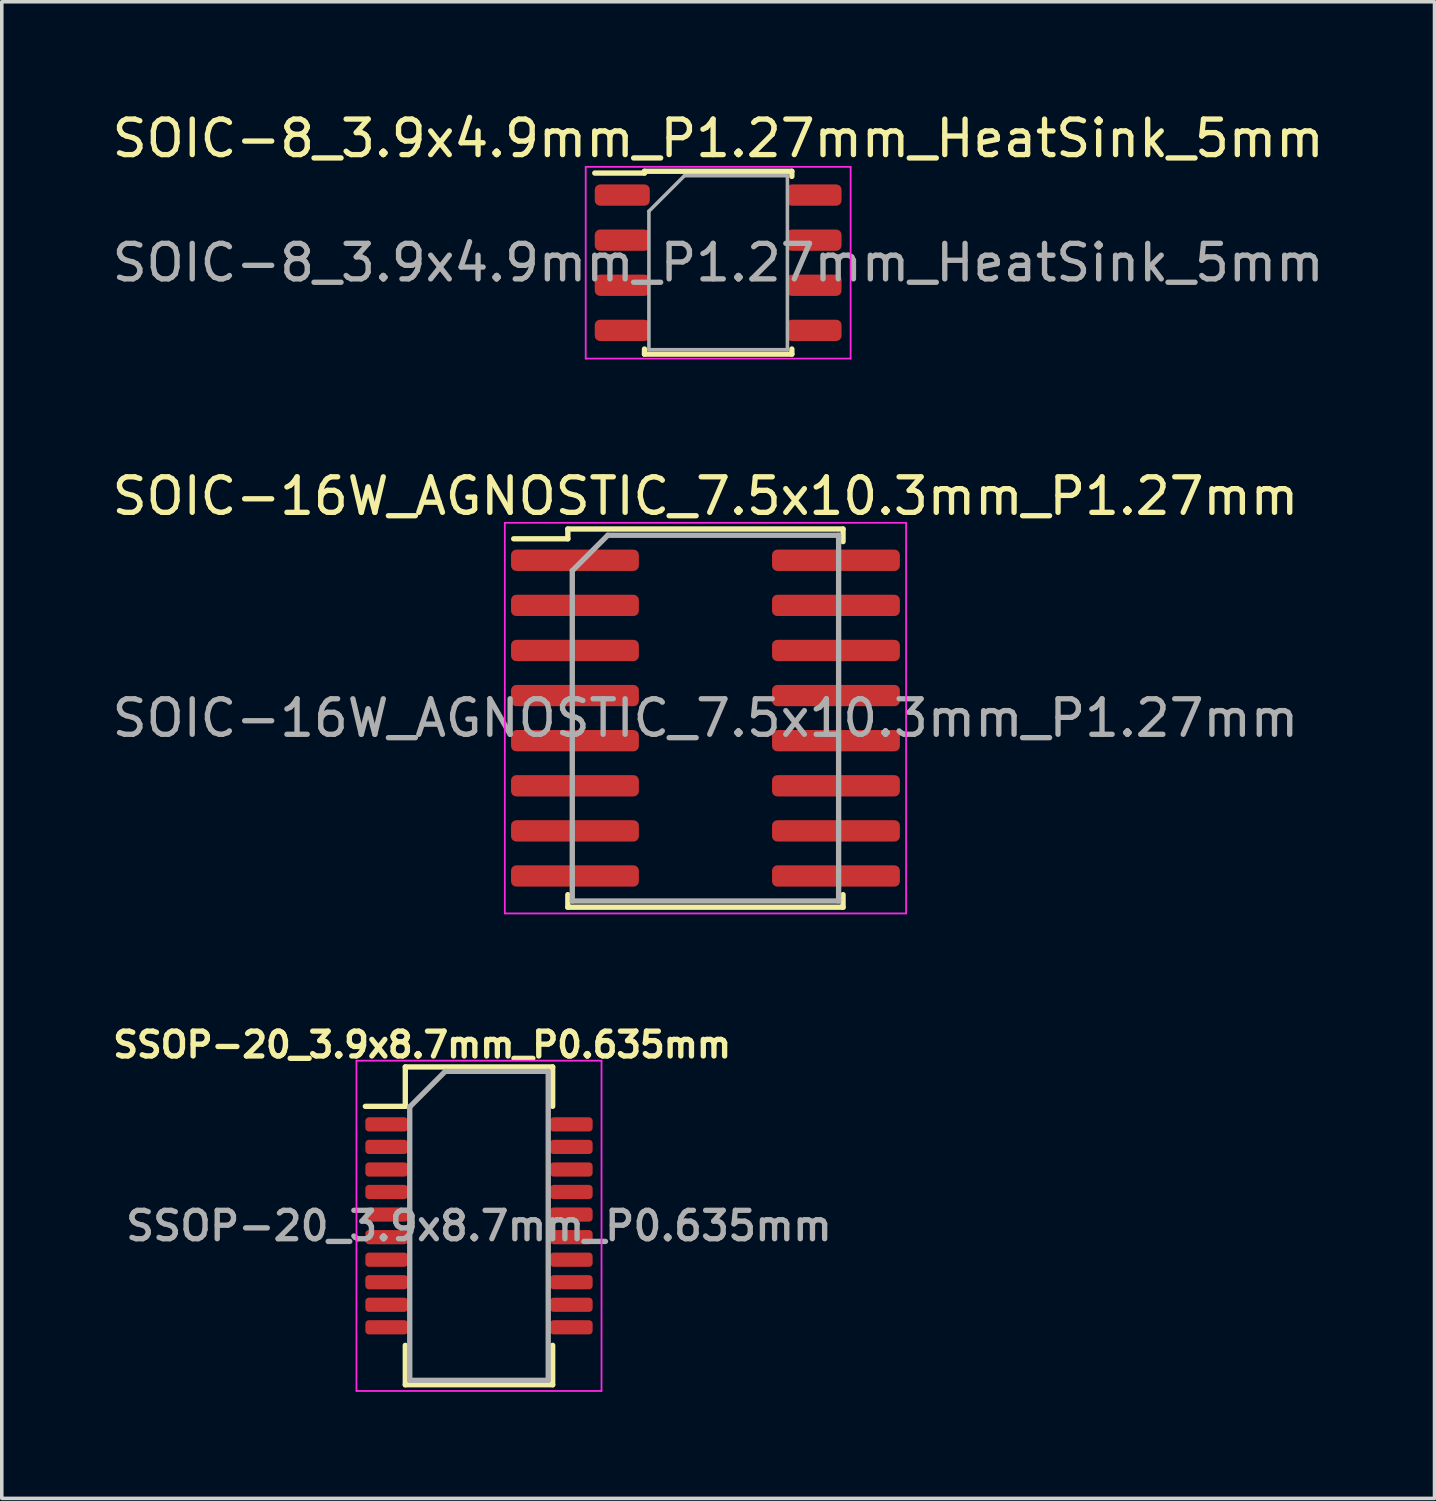
<source format=kicad_pcb>
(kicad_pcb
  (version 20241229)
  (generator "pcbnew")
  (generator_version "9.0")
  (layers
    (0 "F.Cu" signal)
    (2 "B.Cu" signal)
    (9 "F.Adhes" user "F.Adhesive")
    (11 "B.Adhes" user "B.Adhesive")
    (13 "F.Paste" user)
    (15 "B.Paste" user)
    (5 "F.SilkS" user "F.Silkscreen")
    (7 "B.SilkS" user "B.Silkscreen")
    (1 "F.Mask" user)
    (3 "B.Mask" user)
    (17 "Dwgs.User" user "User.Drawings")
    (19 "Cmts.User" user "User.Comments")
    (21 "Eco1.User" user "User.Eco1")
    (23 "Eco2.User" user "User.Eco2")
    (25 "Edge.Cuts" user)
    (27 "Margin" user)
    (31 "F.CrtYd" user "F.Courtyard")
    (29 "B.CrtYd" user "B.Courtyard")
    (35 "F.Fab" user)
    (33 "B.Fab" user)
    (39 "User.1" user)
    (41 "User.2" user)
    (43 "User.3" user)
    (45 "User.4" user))
  (footprint "SOIC-8_3.9x4.9mm_P1.27mm_HeatSink_5mm"
    (layer "F.Cu")
    (at 17.173 4.348)
    (property "Reference" "SOIC-8_3.9x4.9mm_P1.27mm_HeatSink_5mm" (at 0 -3.5 0) (layer "F.SilkS") (effects (font (size 1 1) (thickness 0.15))))
    (attr smd)
    (fp_line (start -2.075 -2.575) (end -2.075 -2.525) (stroke (width 0.15) (type solid)) (layer "F.SilkS"))
    (fp_line (start -2.075 -2.575) (end 2.075 -2.575) (stroke (width 0.15) (type solid)) (layer "F.SilkS"))
    (fp_line (start -2.075 -2.525) (end -3.475 -2.525) (stroke (width 0.15) (type solid)) (layer "F.SilkS"))
    (fp_line (start -2.075 2.575) (end -2.075 2.43) (stroke (width 0.15) (type solid)) (layer "F.SilkS"))
    (fp_line (start -2.075 2.575) (end 2.075 2.575) (stroke (width 0.15) (type solid)) (layer "F.SilkS"))
    (fp_line (start 2.075 -2.575) (end 2.075 -2.43) (stroke (width 0.15) (type solid)) (layer "F.SilkS"))
    (fp_line (start 2.075 2.575) (end 2.075 2.43) (stroke (width 0.15) (type solid)) (layer "F.SilkS"))
    (fp_line (start -3.73 -2.7) (end -3.73 2.7) (stroke (width 0.05) (type solid)) (layer "F.CrtYd"))
    (fp_line (start -3.73 -2.7) (end 3.73 -2.7) (stroke (width 0.05) (type solid)) (layer "F.CrtYd"))
    (fp_line (start -3.73 2.7) (end 3.73 2.7) (stroke (width 0.05) (type solid)) (layer "F.CrtYd"))
    (fp_line (start 3.73 -2.7) (end 3.73 2.7) (stroke (width 0.05) (type solid)) (layer "F.CrtYd"))
    (fp_line (start -1.95 -1.45) (end -0.95 -2.45) (stroke (width 0.1) (type solid)) (layer "F.Fab"))
    (fp_line (start -1.95 2.45) (end -1.95 -1.45) (stroke (width 0.1) (type solid)) (layer "F.Fab"))
    (fp_line (start -0.95 -2.45) (end 1.95 -2.45) (stroke (width 0.1) (type solid)) (layer "F.Fab"))
    (fp_line (start 1.95 -2.45) (end 1.95 2.45) (stroke (width 0.1) (type solid)) (layer "F.Fab"))
    (fp_line (start 1.95 2.45) (end -1.95 2.45) (stroke (width 0.1) (type solid)) (layer "F.Fab"))
    (fp_text user "${REFERENCE}" (at 0 0 0) (layer "F.Fab") (effects (font (size 1 1) (thickness 0.15))))
    (pad "1" smd roundrect (at -2.7 -1.905) (size 1.55 0.6) (layers "F.Cu" "F.Mask" "F.Paste") (roundrect_rratio 0.25))
    (pad "2" smd roundrect (at -2.7 -0.635) (size 1.55 0.6) (layers "F.Cu" "F.Mask" "F.Paste") (roundrect_rratio 0.25))
    (pad "3" smd roundrect (at -2.7 0.635) (size 1.55 0.6) (layers "F.Cu" "F.Mask" "F.Paste") (roundrect_rratio 0.25))
    (pad "4" smd roundrect (at -2.7 1.905) (size 1.55 0.6) (layers "F.Cu" "F.Mask" "F.Paste") (roundrect_rratio 0.25))
    (pad "5" smd roundrect (at 2.7 1.905) (size 1.55 0.6) (layers "F.Cu" "F.Mask" "F.Paste") (roundrect_rratio 0.25))
    (pad "6" smd roundrect (at 2.7 0.635) (size 1.55 0.6) (layers "F.Cu" "F.Mask" "F.Paste") (roundrect_rratio 0.25))
    (pad "7" smd roundrect (at 2.7 -0.635) (size 1.55 0.6) (layers "F.Cu" "F.Mask" "F.Paste") (roundrect_rratio 0.25))
    (pad "8" smd roundrect (at 2.7 -1.905) (size 1.55 0.6) (layers "F.Cu" "F.Mask" "F.Paste") (roundrect_rratio 0.25)))
  (footprint "SOIC-16W_AGNOSTIC_7.5x10.3mm_P1.27mm"
    (layer "F.Cu")
    (at 16.815 17.172)
    (property "Reference" "SOIC-16W_AGNOSTIC_7.5x10.3mm_P1.27mm" (at 0 -6.25 0) (layer "F.SilkS") (effects (font (size 1 1) (thickness 0.15))))
    (attr smd)
    (fp_line (start -3.875 -5.325) (end -3.875 -5.05) (stroke (width 0.15) (type solid)) (layer "F.SilkS"))
    (fp_line (start -3.875 -5.325) (end 3.875 -5.325) (stroke (width 0.15) (type solid)) (layer "F.SilkS"))
    (fp_line (start -3.875 -5.05) (end -5.4 -5.05) (stroke (width 0.15) (type solid)) (layer "F.SilkS"))
    (fp_line (start -3.875 5.325) (end -3.875 4.97) (stroke (width 0.15) (type solid)) (layer "F.SilkS"))
    (fp_line (start -3.875 5.325) (end 3.875 5.325) (stroke (width 0.15) (type solid)) (layer "F.SilkS"))
    (fp_line (start 3.875 -5.325) (end 3.875 -4.97) (stroke (width 0.15) (type solid)) (layer "F.SilkS"))
    (fp_line (start 3.875 5.325) (end 3.875 4.97) (stroke (width 0.15) (type solid)) (layer "F.SilkS"))
    (fp_line (start -5.65 -5.5) (end -5.65 5.5) (stroke (width 0.05) (type solid)) (layer "F.CrtYd"))
    (fp_line (start -5.65 -5.5) (end 5.65 -5.5) (stroke (width 0.05) (type solid)) (layer "F.CrtYd"))
    (fp_line (start -5.65 5.5) (end 5.65 5.5) (stroke (width 0.05) (type solid)) (layer "F.CrtYd"))
    (fp_line (start 5.65 -5.5) (end 5.65 5.5) (stroke (width 0.05) (type solid)) (layer "F.CrtYd"))
    (fp_line (start -3.75 -4.15) (end -2.75 -5.15) (stroke (width 0.15) (type solid)) (layer "F.Fab"))
    (fp_line (start -3.75 5.15) (end -3.75 -4.15) (stroke (width 0.15) (type solid)) (layer "F.Fab"))
    (fp_line (start -2.75 -5.15) (end 3.75 -5.15) (stroke (width 0.15) (type solid)) (layer "F.Fab"))
    (fp_line (start 3.75 -5.15) (end 3.75 5.15) (stroke (width 0.15) (type solid)) (layer "F.Fab"))
    (fp_line (start 3.75 5.15) (end -3.75 5.15) (stroke (width 0.15) (type solid)) (layer "F.Fab"))
    (fp_text user "${REFERENCE}" (at 0 0 0) (layer "F.Fab") (effects (font (size 1 1) (thickness 0.15))))
    (pad "1" smd roundrect (at -3.675 -4.445) (size 3.6 0.6) (layers "F.Cu" "F.Mask" "F.Paste") (roundrect_rratio 0.25))
    (pad "2" smd roundrect (at -3.675 -3.175) (size 3.6 0.6) (layers "F.Cu" "F.Mask" "F.Paste") (roundrect_rratio 0.25))
    (pad "3" smd roundrect (at -3.675 -1.905) (size 3.6 0.6) (layers "F.Cu" "F.Mask" "F.Paste") (roundrect_rratio 0.25))
    (pad "4" smd roundrect (at -3.675 -0.635) (size 3.6 0.6) (layers "F.Cu" "F.Mask" "F.Paste") (roundrect_rratio 0.25))
    (pad "5" smd roundrect (at -3.675 0.635) (size 3.6 0.6) (layers "F.Cu" "F.Mask" "F.Paste") (roundrect_rratio 0.25))
    (pad "6" smd roundrect (at -3.675 1.905) (size 3.6 0.6) (layers "F.Cu" "F.Mask" "F.Paste") (roundrect_rratio 0.25))
    (pad "7" smd roundrect (at -3.675 3.175) (size 3.6 0.6) (layers "F.Cu" "F.Mask" "F.Paste") (roundrect_rratio 0.25))
    (pad "8" smd roundrect (at -3.675 4.445) (size 3.6 0.6) (layers "F.Cu" "F.Mask" "F.Paste") (roundrect_rratio 0.25))
    (pad "9" smd roundrect (at 3.675 4.445) (size 3.6 0.6) (layers "F.Cu" "F.Mask" "F.Paste") (roundrect_rratio 0.25))
    (pad "10" smd roundrect (at 3.675 3.175) (size 3.6 0.6) (layers "F.Cu" "F.Mask" "F.Paste") (roundrect_rratio 0.25))
    (pad "11" smd roundrect (at 3.675 1.905) (size 3.6 0.6) (layers "F.Cu" "F.Mask" "F.Paste") (roundrect_rratio 0.25))
    (pad "12" smd roundrect (at 3.675 0.635) (size 3.6 0.6) (layers "F.Cu" "F.Mask" "F.Paste") (roundrect_rratio 0.25))
    (pad "13" smd roundrect (at 3.675 -0.635) (size 3.6 0.6) (layers "F.Cu" "F.Mask" "F.Paste") (roundrect_rratio 0.25))
    (pad "14" smd roundrect (at 3.675 -1.905) (size 3.6 0.6) (layers "F.Cu" "F.Mask" "F.Paste") (roundrect_rratio 0.25))
    (pad "15" smd roundrect (at 3.675 -3.175) (size 3.6 0.6) (layers "F.Cu" "F.Mask" "F.Paste") (roundrect_rratio 0.25))
    (pad "16" smd roundrect (at 3.675 -4.445) (size 3.6 0.6) (layers "F.Cu" "F.Mask" "F.Paste") (roundrect_rratio 0.25)))
  (footprint "SSOP-20_3.9x8.7mm_P0.635mm"
    (layer "F.Cu")
    (at 10.438 31.469)
    (property "Reference" "SSOP-20_3.9x8.7mm_P0.635mm" (at -1.6 -5.1 0) (layer "F.SilkS") (effects (font (size 0.7 0.7) (thickness 0.15))))
    (attr smd)
    (fp_line (start -2.075 -4.475) (end 2.075 -4.475) (stroke (width 0.15) (type solid)) (layer "F.SilkS"))
    (fp_line (start -2.075 -3.365) (end -3.2 -3.365) (stroke (width 0.15) (type solid)) (layer "F.SilkS"))
    (fp_line (start -2.075 -3.365) (end -2.075 -4.475) (stroke (width 0.15) (type solid)) (layer "F.SilkS"))
    (fp_line (start -2.075 4.475) (end -2.075 3.365) (stroke (width 0.15) (type solid)) (layer "F.SilkS"))
    (fp_line (start -2.075 4.475) (end 2.075 4.475) (stroke (width 0.15) (type solid)) (layer "F.SilkS"))
    (fp_line (start 2.075 -4.475) (end 2.075 -3.365) (stroke (width 0.15) (type solid)) (layer "F.SilkS"))
    (fp_line (start 2.075 4.475) (end 2.075 3.365) (stroke (width 0.15) (type solid)) (layer "F.SilkS"))
    (fp_line (start -3.45 -4.65) (end -3.45 4.65) (stroke (width 0.05) (type solid)) (layer "F.CrtYd"))
    (fp_line (start -3.45 -4.65) (end 3.45 -4.65) (stroke (width 0.05) (type solid)) (layer "F.CrtYd"))
    (fp_line (start -3.45 4.65) (end 3.45 4.65) (stroke (width 0.05) (type solid)) (layer "F.CrtYd"))
    (fp_line (start 3.45 -4.65) (end 3.45 4.65) (stroke (width 0.05) (type solid)) (layer "F.CrtYd"))
    (fp_line (start -1.95 -3.35) (end -0.95 -4.35) (stroke (width 0.15) (type solid)) (layer "F.Fab"))
    (fp_line (start -1.95 4.35) (end -1.95 -3.35) (stroke (width 0.15) (type solid)) (layer "F.Fab"))
    (fp_line (start -0.95 -4.35) (end 1.95 -4.35) (stroke (width 0.15) (type solid)) (layer "F.Fab"))
    (fp_line (start 1.95 -4.35) (end 1.95 4.35) (stroke (width 0.15) (type solid)) (layer "F.Fab"))
    (fp_line (start 1.95 4.35) (end -1.95 4.35) (stroke (width 0.15) (type solid)) (layer "F.Fab"))
    (fp_text user "${REFERENCE}" (at 0 0 0) (layer "F.Fab") (effects (font (size 0.8 0.8) (thickness 0.15))))
    (pad "1" smd roundrect (at -2.6 -2.857) (size 1.2 0.4) (layers "F.Cu" "F.Mask" "F.Paste") (roundrect_rratio 0.25))
    (pad "2" smd roundrect (at -2.6 -2.223) (size 1.2 0.4) (layers "F.Cu" "F.Mask" "F.Paste") (roundrect_rratio 0.25))
    (pad "3" smd roundrect (at -2.6 -1.587) (size 1.2 0.4) (layers "F.Cu" "F.Mask" "F.Paste") (roundrect_rratio 0.25))
    (pad "4" smd roundrect (at -2.6 -0.953) (size 1.2 0.4) (layers "F.Cu" "F.Mask" "F.Paste") (roundrect_rratio 0.25))
    (pad "5" smd roundrect (at -2.6 -0.318) (size 1.2 0.4) (layers "F.Cu" "F.Mask" "F.Paste") (roundrect_rratio 0.25))
    (pad "6" smd roundrect (at -2.6 0.318) (size 1.2 0.4) (layers "F.Cu" "F.Mask" "F.Paste") (roundrect_rratio 0.25))
    (pad "7" smd roundrect (at -2.6 0.953) (size 1.2 0.4) (layers "F.Cu" "F.Mask" "F.Paste") (roundrect_rratio 0.25))
    (pad "8" smd roundrect (at -2.6 1.587) (size 1.2 0.4) (layers "F.Cu" "F.Mask" "F.Paste") (roundrect_rratio 0.25))
    (pad "9" smd roundrect (at -2.6 2.223) (size 1.2 0.4) (layers "F.Cu" "F.Mask" "F.Paste") (roundrect_rratio 0.25))
    (pad "10" smd roundrect (at -2.6 2.857) (size 1.2 0.4) (layers "F.Cu" "F.Mask" "F.Paste") (roundrect_rratio 0.25))
    (pad "11" smd roundrect (at 2.6 2.857) (size 1.2 0.4) (layers "F.Cu" "F.Mask" "F.Paste") (roundrect_rratio 0.25))
    (pad "12" smd roundrect (at 2.6 2.223) (size 1.2 0.4) (layers "F.Cu" "F.Mask" "F.Paste") (roundrect_rratio 0.25))
    (pad "13" smd roundrect (at 2.6 1.587) (size 1.2 0.4) (layers "F.Cu" "F.Mask" "F.Paste") (roundrect_rratio 0.25))
    (pad "14" smd roundrect (at 2.6 0.953) (size 1.2 0.4) (layers "F.Cu" "F.Mask" "F.Paste") (roundrect_rratio 0.25))
    (pad "15" smd roundrect (at 2.6 0.318) (size 1.2 0.4) (layers "F.Cu" "F.Mask" "F.Paste") (roundrect_rratio 0.25))
    (pad "16" smd roundrect (at 2.6 -0.318) (size 1.2 0.4) (layers "F.Cu" "F.Mask" "F.Paste") (roundrect_rratio 0.25))
    (pad "17" smd roundrect (at 2.6 -0.953) (size 1.2 0.4) (layers "F.Cu" "F.Mask" "F.Paste") (roundrect_rratio 0.25))
    (pad "18" smd roundrect (at 2.6 -1.587) (size 1.2 0.4) (layers "F.Cu" "F.Mask" "F.Paste") (roundrect_rratio 0.25))
    (pad "19" smd roundrect (at 2.6 -2.223) (size 1.2 0.4) (layers "F.Cu" "F.Mask" "F.Paste") (roundrect_rratio 0.25))
    (pad "20" smd roundrect (at 2.6 -2.857) (size 1.2 0.4) (layers "F.Cu" "F.Mask" "F.Paste") (roundrect_rratio 0.25)))
  (gr_rect
    (start -3 -3)
    (end 37.345 39.144)
    (stroke (width 0.1) (type default))
    (fill no)
    (layer "Edge.Cuts")))
</source>
